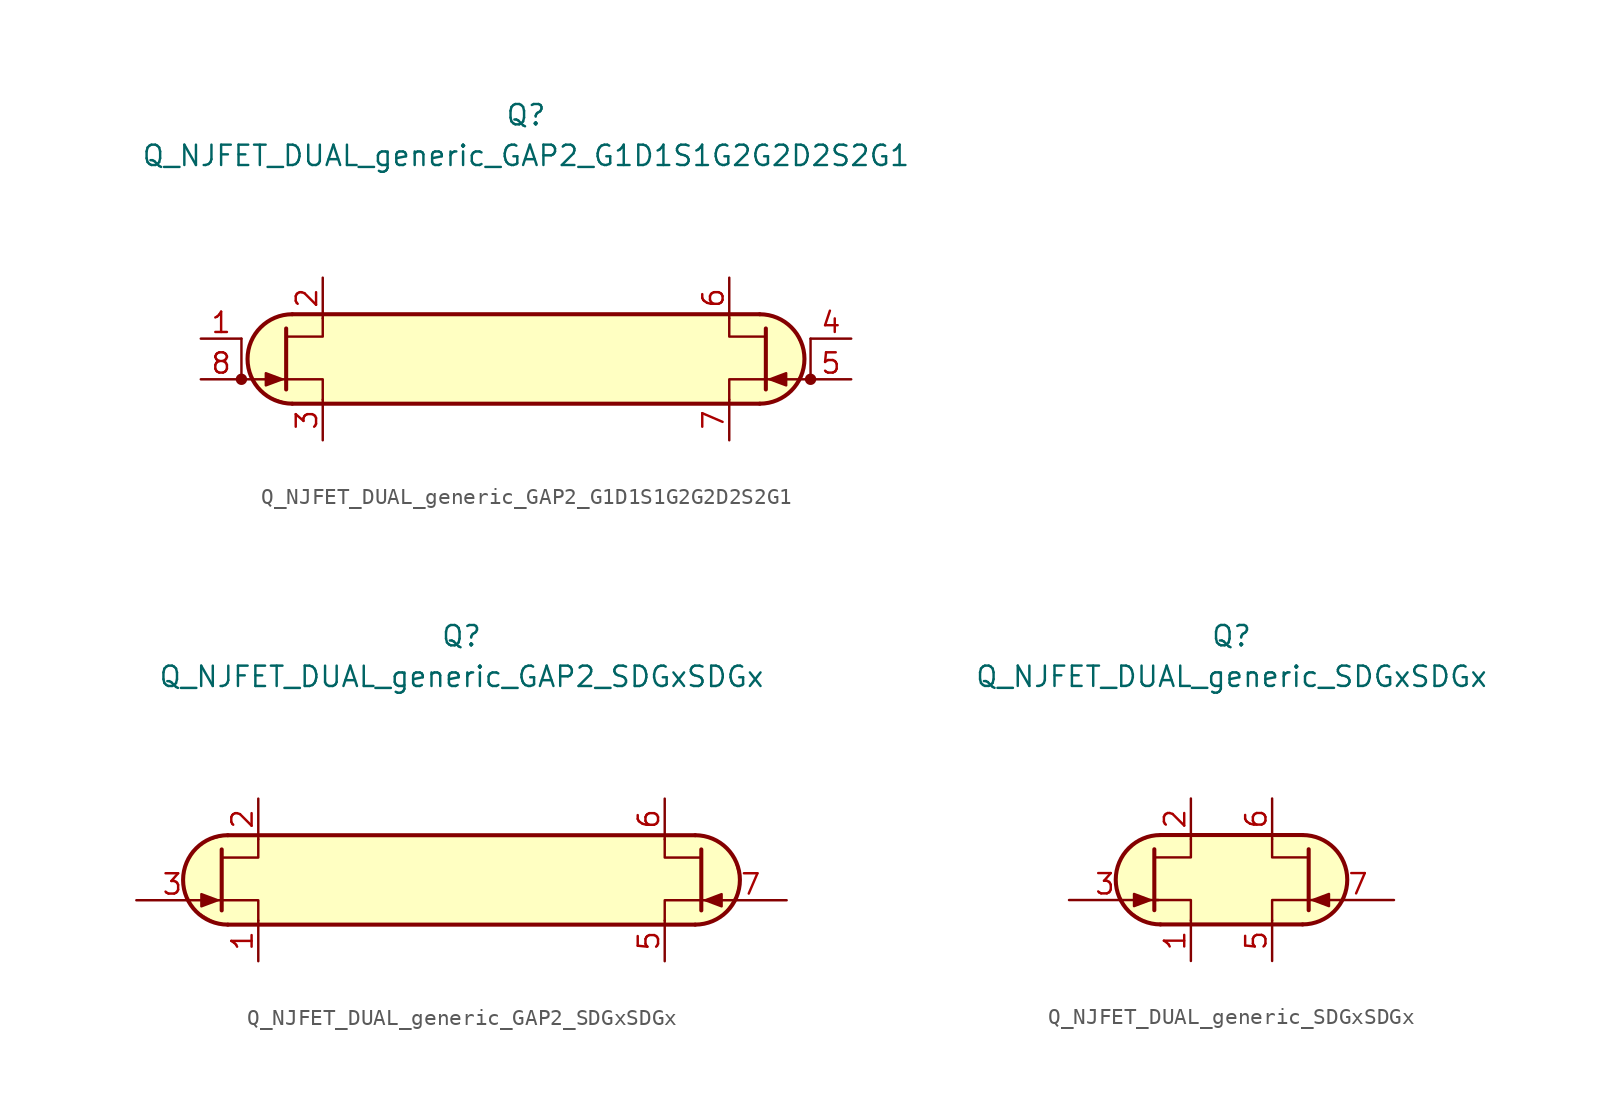
<source format=kicad_sym>
(kicad_symbol_lib
  (version 20211014)
  (generator kicad_symbol_editor)
  (symbol "Q_NJFET_DUAL_generic_GAP2_G1D1S1G2G2D2S2G1"
    (pin_names
      (offset 1.016) hide)
    (property "Reference" "Q"
      (at 0 15.24 0)
      (effects (font (size 1.27 1.27))))
    (property "Value" "Q_NJFET_DUAL_generic_GAP2_G1D1S1G2G2D2S2G1"
      (at 0 12.7 0)
      (effects (font (size 1.27 1.27))))
    (symbol "Q_NJFET_DUAL_generic_GAP2_G1D1S1G2G2D2S2G1_0_1"
      (arc (start -14.605 2.794) (mid -17.399 0) (end -14.605 -2.794) (stroke (width 0.254) (type default) (color 0 0 0 0)) (fill (type background)))
      (polyline (pts (xy -14.605 -2.794) (xy 14.605 -2.794)) (stroke (width 0.254) (type default) (color 0 0 0 0)) (fill (type none)))
      (polyline (pts (xy 14.605 2.794) (xy -14.605 2.794)) (stroke (width 0.254) (type default) (color 0 0 0 0)) (fill (type none)))
      (polyline (pts (xy 14.478 -2.794) (xy 15.621 -2.667) (xy 16.637 -1.905) (xy 17.272 -0.762) (xy 17.399 0.381) (xy 16.764 1.778) (xy 15.621 2.667) (xy 14.351 2.794) (xy -14.859 2.794) (xy -16.002 2.413) (xy -16.764 1.778) (xy -17.272 0.889) (xy -17.399 -0.381) (xy -17.018 -1.397) (xy -16.256 -2.286) (xy -14.732 -2.794) (xy 14.605 -2.794)) (stroke (width 0.025) (type default) (color 0 0 0 0)) (fill (type background))))
    (symbol "Q_NJFET_DUAL_generic_GAP2_G1D1S1G2G2D2S2G1_1_1"
      (circle (center -17.78 -1.27) (radius 0.279) (stroke (width 0) (type default) (color 0 0 0 0)) (fill (type outline)))
      (polyline (pts (xy -17.78 -1.27) (xy -14.986 -1.27)) (stroke (width 0) (type default) (color 0 0 0 0)) (fill (type none)))
      (polyline (pts (xy -17.78 1.27) (xy -17.78 -1.27)) (stroke (width 0) (type default) (color 0 0 0 0)) (fill (type none)))
      (polyline (pts (xy 17.78 -1.27) (xy 14.986 -1.27)) (stroke (width 0) (type default) (color 0 0 0 0)) (fill (type none)))
      (polyline (pts (xy 17.78 1.27) (xy 17.78 -1.27)) (stroke (width 0) (type default) (color 0 0 0 0)) (fill (type none)))
      (polyline (pts (xy -14.986 1.905) (xy -14.986 -1.905) (xy -14.986 -1.905)) (stroke (width 0.254) (type default) (color 0 0 0 0)) (fill (type none)))
      (polyline (pts (xy -12.7 -2.54) (xy -12.7 -1.27) (xy -14.986 -1.27)) (stroke (width 0) (type default) (color 0 0 0 0)) (fill (type none)))
      (polyline (pts (xy -12.7 2.54) (xy -12.7 1.397) (xy -14.986 1.397)) (stroke (width 0) (type default) (color 0 0 0 0)) (fill (type none)))
      (polyline (pts (xy 12.7 -2.54) (xy 12.7 -1.27) (xy 14.986 -1.27)) (stroke (width 0) (type default) (color 0 0 0 0)) (fill (type none)))
      (polyline (pts (xy 12.7 2.54) (xy 12.7 1.397) (xy 14.986 1.397)) (stroke (width 0) (type default) (color 0 0 0 0)) (fill (type none)))
      (polyline (pts (xy 14.986 1.905) (xy 14.986 -1.905) (xy 14.986 -1.905)) (stroke (width 0.254) (type default) (color 0 0 0 0)) (fill (type none)))
      (polyline (pts (xy -15.24 -1.27) (xy -16.256 -0.889) (xy -16.256 -1.651) (xy -15.24 -1.27)) (stroke (width 0) (type default) (color 0 0 0 0)) (fill (type outline)))
      (polyline (pts (xy 15.24 -1.27) (xy 16.256 -0.889) (xy 16.256 -1.651) (xy 15.24 -1.27)) (stroke (width 0) (type default) (color 0 0 0 0)) (fill (type outline)))
      (arc (start 14.605 -2.794) (mid 17.399 0) (end 14.605 2.794) (stroke (width 0.254) (type default) (color 0 0 0 0)) (fill (type none)))
      (circle (center 17.78 -1.27) (radius 0.279) (stroke (width 0) (type default) (color 0 0 0 0)) (fill (type outline)))
      (pin input line (at -20.32 1.27 0) (length 2.54) (name "G1" (effects (font (size 1.27 1.27)))) (number "1" (effects (font (size 1.27 1.27)))))
      (pin passive line (at -12.7 5.08 270) (length 2.54) (name "D1" (effects (font (size 1.27 1.27)))) (number "2" (effects (font (size 1.27 1.27)))))
      (pin passive line (at -12.7 -5.08 90) (length 2.54) (name "S1" (effects (font (size 1.27 1.27)))) (number "3" (effects (font (size 1.27 1.27)))))
      (pin input line (at 20.32 1.27 180) (length 2.54) (name "G2" (effects (font (size 1.27 1.27)))) (number "4" (effects (font (size 1.27 1.27)))))
      (pin input line (at 20.32 -1.27 180) (length 2.54) (name "G2" (effects (font (size 1.27 1.27)))) (number "5" (effects (font (size 1.27 1.27)))))
      (pin passive line (at 12.7 5.08 270) (length 2.54) (name "D2" (effects (font (size 1.27 1.27)))) (number "6" (effects (font (size 1.27 1.27)))))
      (pin passive line (at 12.7 -5.08 90) (length 2.54) (name "S2" (effects (font (size 1.27 1.27)))) (number "7" (effects (font (size 1.27 1.27)))))
      (pin input line (at -20.32 -1.27 0) (length 2.54) (name "G1" (effects (font (size 1.27 1.27)))) (number "8" (effects (font (size 1.27 1.27)))))))
  (symbol "Q_NJFET_DUAL_generic_GAP2_SDGxSDGx"
    (pin_names
      (offset 1.016) hide)
    (property "Reference" "Q"
      (at 0 15.24 0)
      (effects (font (size 1.27 1.27))))
    (property "Value" "Q_NJFET_DUAL_generic_GAP2_SDGxSDGx"
      (at 0 12.7 0)
      (effects (font (size 1.27 1.27))))
    (symbol "Q_NJFET_DUAL_generic_GAP2_SDGxSDGx_0_1"
      (arc (start -14.605 2.794) (mid -17.399 0) (end -14.605 -2.794) (stroke (width 0.254) (type default) (color 0 0 0 0)) (fill (type background)))
      (polyline (pts (xy -15.24 -1.27) (xy -14.986 -1.27)) (stroke (width 0) (type default) (color 0 0 0 0)) (fill (type none)))
      (polyline (pts (xy -14.605 -2.794) (xy 14.605 -2.794)) (stroke (width 0.254) (type default) (color 0 0 0 0)) (fill (type none)))
      (polyline (pts (xy 14.605 2.794) (xy -14.605 2.794)) (stroke (width 0.254) (type default) (color 0 0 0 0)) (fill (type none)))
      (polyline (pts (xy 15.748 -1.27) (xy 14.986 -1.27)) (stroke (width 0) (type default) (color 0 0 0 0)) (fill (type none)))
      (polyline (pts (xy 14.605 2.794) (xy -14.605 2.794) (xy -16.002 2.413) (xy -16.891 1.778) (xy -17.399 0.381) (xy -17.272 -0.889) (xy -16.637 -1.905) (xy -15.113 -2.794) (xy 15.113 -2.794) (xy 16.383 -2.159) (xy 17.145 -1.016) (xy 17.399 0) (xy 17.018 1.397) (xy 16.256 2.286) (xy 15.113 2.794) (xy 14.605 2.794)) (stroke (width 0.025) (type default) (color 0 0 0 0)) (fill (type background))))
    (symbol "Q_NJFET_DUAL_generic_GAP2_SDGxSDGx_1_1"
      (polyline (pts (xy -14.986 1.905) (xy -14.986 -1.905) (xy -14.986 -1.905)) (stroke (width 0.254) (type default) (color 0 0 0 0)) (fill (type none)))
      (polyline (pts (xy -12.7 -2.54) (xy -12.7 -1.27) (xy -14.986 -1.27)) (stroke (width 0) (type default) (color 0 0 0 0)) (fill (type none)))
      (polyline (pts (xy -12.7 2.54) (xy -12.7 1.397) (xy -14.986 1.397)) (stroke (width 0) (type default) (color 0 0 0 0)) (fill (type none)))
      (polyline (pts (xy 12.7 -2.54) (xy 12.7 -1.27) (xy 14.986 -1.27)) (stroke (width 0) (type default) (color 0 0 0 0)) (fill (type none)))
      (polyline (pts (xy 12.7 2.54) (xy 12.7 1.397) (xy 14.986 1.397)) (stroke (width 0) (type default) (color 0 0 0 0)) (fill (type none)))
      (polyline (pts (xy 14.986 1.905) (xy 14.986 -1.905) (xy 14.986 -1.905)) (stroke (width 0.254) (type default) (color 0 0 0 0)) (fill (type none)))
      (polyline (pts (xy -15.24 -1.27) (xy -16.256 -0.889) (xy -16.256 -1.651) (xy -15.24 -1.27)) (stroke (width 0) (type default) (color 0 0 0 0)) (fill (type outline)))
      (polyline (pts (xy 15.24 -1.27) (xy 16.256 -0.889) (xy 16.256 -1.651) (xy 15.24 -1.27)) (stroke (width 0) (type default) (color 0 0 0 0)) (fill (type outline)))
      (arc (start 14.605 -2.794) (mid 17.399 0) (end 14.605 2.794) (stroke (width 0.254) (type default) (color 0 0 0 0)) (fill (type none)))
      (pin passive line (at -12.7 -5.08 90) (length 2.54) (name "S1" (effects (font (size 1.27 1.27)))) (number "1" (effects (font (size 1.27 1.27)))))
      (pin passive line (at -12.7 5.08 270) (length 2.54) (name "D1" (effects (font (size 1.27 1.27)))) (number "2" (effects (font (size 1.27 1.27)))))
      (pin input line (at -20.32 -1.27 0) (length 4.496) (name "G1" (effects (font (size 1.27 1.27)))) (number "3" (effects (font (size 1.27 1.27)))))
      (pin no_connect line (at 0 1.27 180) (length 2.54) hide (name "NC" (effects (font (size 1.27 1.27)))) (number "4" (effects (font (size 1.27 1.27)))))
      (pin passive line (at 12.7 -5.08 90) (length 2.54) (name "S2" (effects (font (size 1.27 1.27)))) (number "5" (effects (font (size 1.27 1.27)))))
      (pin passive line (at 12.7 5.08 270) (length 2.54) (name "D2" (effects (font (size 1.27 1.27)))) (number "6" (effects (font (size 1.27 1.27)))))
      (pin input line (at 20.32 -1.27 180) (length 4.496) (name "G2" (effects (font (size 1.27 1.27)))) (number "7" (effects (font (size 1.27 1.27)))))
      (pin no_connect line (at 0 -1.27 180) (length 2.54) hide (name "NC" (effects (font (size 1.27 1.27)))) (number "8" (effects (font (size 1.27 1.27)))))))
  (symbol "Q_NJFET_DUAL_generic_SDGxSDGx"
    (pin_names
      (offset 1.016) hide)
    (property "Reference" "Q"
      (at 0 15.24 0)
      (effects (font (size 1.27 1.27))))
    (property "Value" "Q_NJFET_DUAL_generic_SDGxSDGx"
      (at 0 12.7 0)
      (effects (font (size 1.27 1.27))))
    (symbol "Q_NJFET_DUAL_generic_SDGxSDGx_0_1"
      (arc (start -4.445 2.794) (mid -7.239 0) (end -4.445 -2.794) (stroke (width 0.254) (type default) (color 0 0 0 0)) (fill (type background)))
      (polyline (pts (xy -5.207 -1.27) (xy -4.572 -1.27)) (stroke (width 0) (type default) (color 0 0 0 0)) (fill (type none)))
      (polyline (pts (xy -4.445 2.794) (xy 4.445 2.794)) (stroke (width 0.254) (type default) (color 0 0 0 0)) (fill (type none)))
      (polyline (pts (xy 4.445 -2.794) (xy -4.445 -2.794)) (stroke (width 0.254) (type default) (color 0 0 0 0)) (fill (type none)))
      (polyline (pts (xy 5.334 -1.27) (xy 4.826 -1.27)) (stroke (width 0) (type default) (color 0 0 0 0)) (fill (type none)))
      (polyline (pts (xy -4.699 -2.794) (xy 4.699 -2.794) (xy 5.969 -2.413) (xy 6.858 -1.524) (xy 7.239 -0.127) (xy 6.985 1.143) (xy 6.35 2.032) (xy 5.334 2.667) (xy 4.318 2.794) (xy -4.826 2.794) (xy -5.969 2.286) (xy -6.858 1.397) (xy -7.239 0.508) (xy -7.112 -0.762) (xy -6.477 -1.905) (xy -5.461 -2.54) (xy -4.445 -2.794)) (stroke (width 0.025) (type default) (color 0 0 0 0)) (fill (type background))))
    (symbol "Q_NJFET_DUAL_generic_SDGxSDGx_1_1"
      (polyline (pts (xy -4.826 1.905) (xy -4.826 -1.905) (xy -4.826 -1.905)) (stroke (width 0.254) (type default) (color 0 0 0 0)) (fill (type none)))
      (polyline (pts (xy -2.54 -2.54) (xy -2.54 -1.27) (xy -4.826 -1.27)) (stroke (width 0) (type default) (color 0 0 0 0)) (fill (type none)))
      (polyline (pts (xy -2.54 2.54) (xy -2.54 1.397) (xy -4.826 1.397)) (stroke (width 0) (type default) (color 0 0 0 0)) (fill (type none)))
      (polyline (pts (xy 2.54 -2.54) (xy 2.54 -1.27) (xy 4.826 -1.27)) (stroke (width 0) (type default) (color 0 0 0 0)) (fill (type none)))
      (polyline (pts (xy 2.54 2.54) (xy 2.54 1.397) (xy 4.826 1.397)) (stroke (width 0) (type default) (color 0 0 0 0)) (fill (type none)))
      (polyline (pts (xy 4.826 1.905) (xy 4.826 -1.905) (xy 4.826 -1.905)) (stroke (width 0.254) (type default) (color 0 0 0 0)) (fill (type none)))
      (polyline (pts (xy -5.08 -1.27) (xy -6.096 -0.889) (xy -6.096 -1.651) (xy -5.08 -1.27)) (stroke (width 0) (type default) (color 0 0 0 0)) (fill (type outline)))
      (polyline (pts (xy 5.08 -1.27) (xy 6.096 -0.889) (xy 6.096 -1.651) (xy 5.08 -1.27)) (stroke (width 0) (type default) (color 0 0 0 0)) (fill (type outline)))
      (arc (start 4.445 -2.794) (mid 7.239 0) (end 4.445 2.794) (stroke (width 0.254) (type default) (color 0 0 0 0)) (fill (type none)))
      (pin passive line (at -2.54 -5.08 90) (length 2.54) (name "S1" (effects (font (size 1.27 1.27)))) (number "1" (effects (font (size 1.27 1.27)))))
      (pin passive line (at -2.54 5.08 270) (length 2.54) (name "D1" (effects (font (size 1.27 1.27)))) (number "2" (effects (font (size 1.27 1.27)))))
      (pin input line (at -10.16 -1.27 0) (length 4.496) (name "G1" (effects (font (size 1.27 1.27)))) (number "3" (effects (font (size 1.27 1.27)))))
      (pin no_connect line (at 0 1.27 180) (length 2.54) hide (name "NC" (effects (font (size 1.27 1.27)))) (number "4" (effects (font (size 1.27 1.27)))))
      (pin passive line (at 2.54 -5.08 90) (length 2.54) (name "S2" (effects (font (size 1.27 1.27)))) (number "5" (effects (font (size 1.27 1.27)))))
      (pin passive line (at 2.54 5.08 270) (length 2.54) (name "D2" (effects (font (size 1.27 1.27)))) (number "6" (effects (font (size 1.27 1.27)))))
      (pin input line (at 10.16 -1.27 180) (length 4.496) (name "G2" (effects (font (size 1.27 1.27)))) (number "7" (effects (font (size 1.27 1.27)))))
      (pin no_connect line (at 0 -1.27 180) (length 2.54) hide (name "NC" (effects (font (size 1.27 1.27)))) (number "8" (effects (font (size 1.27 1.27))))))))
</source>
